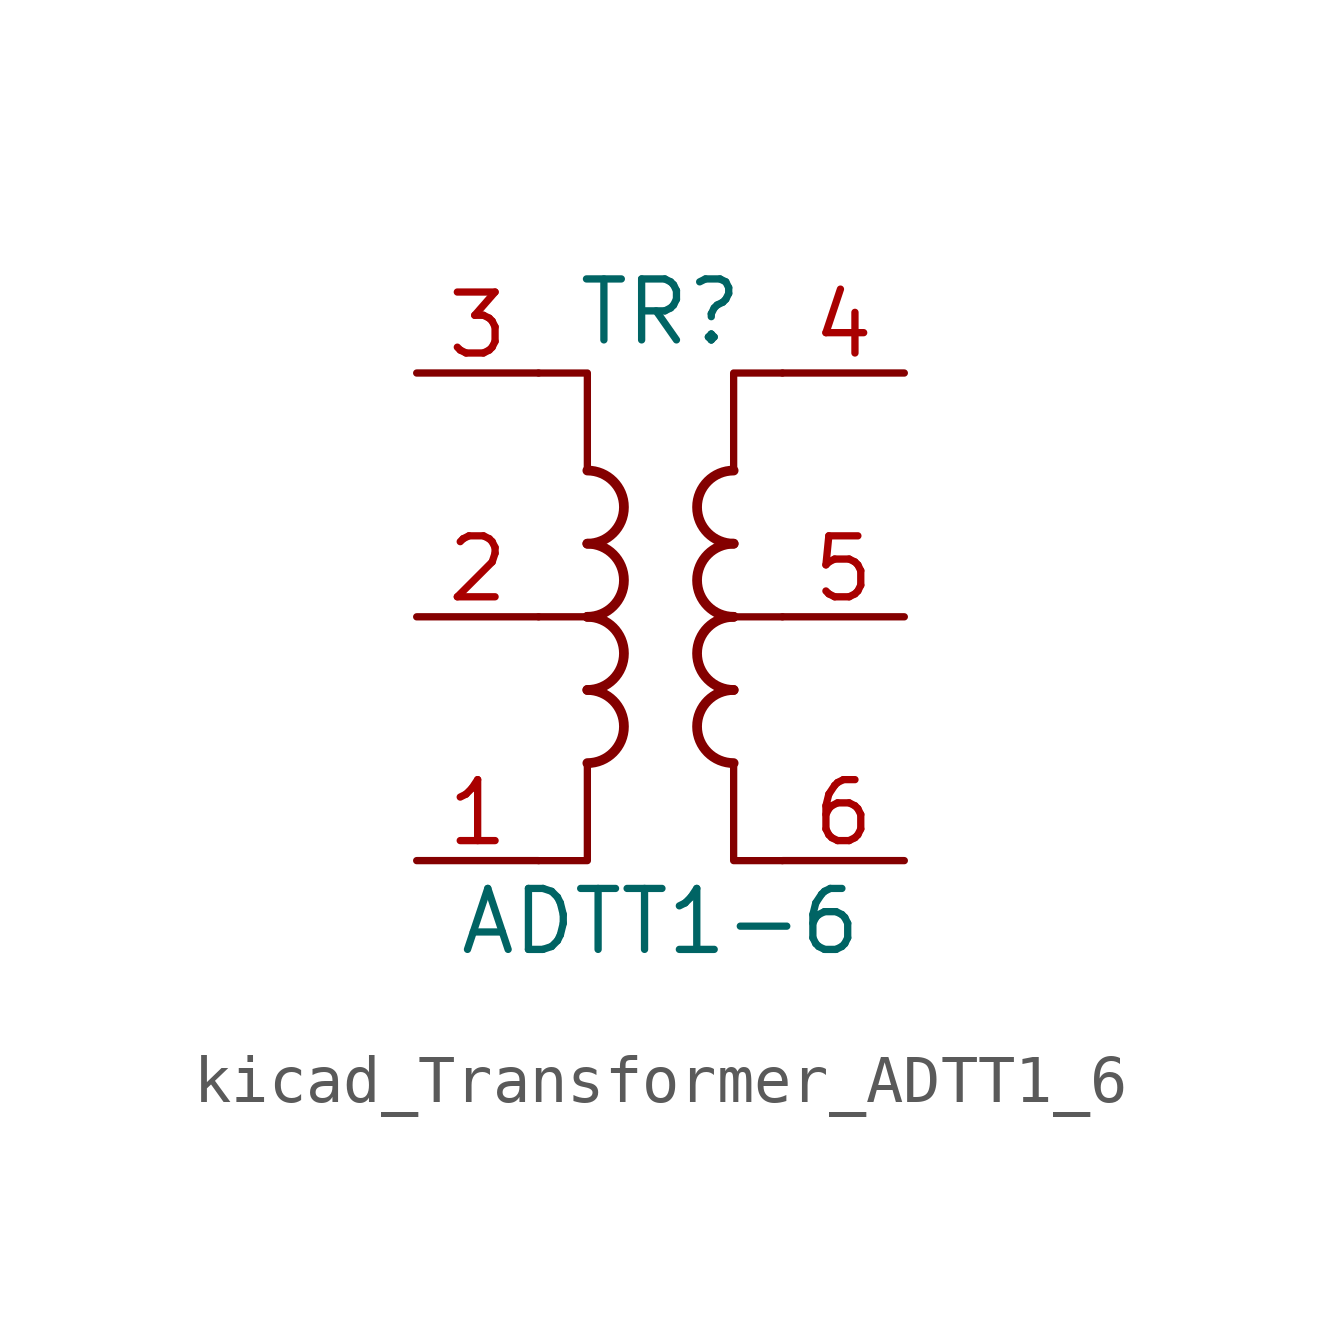
<source format=kicad_sym>
(kicad_symbol_lib
  (version 20220914)
  (generator kicad_symbol_editor)
  (symbol "kicad_Transformer_ADTT1_6"
    (pin_names hide)
    (property "Reference" "TR"
      (at 0 6.35 0)
      (effects (font (size 1.27 1.27))))
    (property "Value" "ADTT1-6"
      (at 0 -6.35 0)
      (effects (font (size 1.27 1.27))))
    (symbol "kicad_Transformer_ADTT1_6_0_1"
      (arc (start -1.524 -3.048) (mid -0.7653 -2.286) (end -1.524 -1.524) (stroke (width 0.2032) (type default)) (fill (type none)))
      (arc (start -1.524 -1.524) (mid -0.7653 -0.762) (end -1.524 0) (stroke (width 0.2032) (type default)) (fill (type none)))
      (arc (start -1.524 0) (mid -0.7653 0.762) (end -1.524 1.524) (stroke (width 0.2032) (type default)) (fill (type none)))
      (arc (start -1.524 1.524) (mid -0.7653 2.286) (end -1.524 3.048) (stroke (width 0.2032) (type default)) (fill (type none)))
      (polyline (pts (xy -2.54 0) (xy -1.27 0)) (stroke (width 0) (type default)) (fill (type none)))
      (polyline (pts (xy 2.54 0) (xy 1.27 0)) (stroke (width 0.152) (type default)) (fill (type none)))
      (polyline (pts (xy -2.54 5.08) (xy -1.524 5.08) (xy -1.524 3.048)) (stroke (width 0.152) (type default)) (fill (type none)))
      (polyline (pts (xy -1.524 -3.048) (xy -1.524 -5.08) (xy -2.54 -5.08)) (stroke (width 0.152) (type default)) (fill (type none)))
      (polyline (pts (xy 1.524 3.048) (xy 1.524 5.08) (xy 2.54 5.08)) (stroke (width 0.152) (type default)) (fill (type none)))
      (polyline (pts (xy 2.54 -5.08) (xy 1.524 -5.08) (xy 1.524 -3.048)) (stroke (width 0.152) (type default)) (fill (type none)))
      (arc (start 1.524 -1.524) (mid 0.7653 -2.286) (end 1.524 -3.048) (stroke (width 0.2032) (type default)) (fill (type none)))
      (arc (start 1.524 0) (mid 0.7653 -0.762) (end 1.524 -1.524) (stroke (width 0.2032) (type default)) (fill (type none)))
      (arc (start 1.524 1.524) (mid 0.7653 0.762) (end 1.524 0) (stroke (width 0.2032) (type default)) (fill (type none)))
      (arc (start 1.524 3.048) (mid 0.7653 2.286) (end 1.524 1.524) (stroke (width 0.2032) (type default)) (fill (type none))))
    (symbol "kicad_Transformer_ADTT1_6_1_1"
      (pin passive line (at -5.08 -5.08 0) (length 2.54) (name "~" (effects (font (size 1.27 1.27)))) (number "1" (effects (font (size 1.27 1.27)))))
      (pin passive line (at -5.08 0 0) (length 2.54) (name "~" (effects (font (size 1.27 1.27)))) (number "2" (effects (font (size 1.27 1.27)))))
      (pin passive line (at -5.08 5.08 0) (length 2.54) (name "~" (effects (font (size 1.27 1.27)))) (number "3" (effects (font (size 1.27 1.27)))))
      (pin passive line (at 5.08 5.08 180) (length 2.54) (name "~" (effects (font (size 1.27 1.27)))) (number "4" (effects (font (size 1.27 1.27)))))
      (pin passive line (at 5.08 0 180) (length 2.54) (name "~" (effects (font (size 1.27 1.27)))) (number "5" (effects (font (size 1.27 1.27)))))
      (pin passive line (at 5.08 -5.08 180) (length 2.54) (name "~" (effects (font (size 1.27 1.27)))) (number "6" (effects (font (size 1.27 1.27))))))))
</source>
